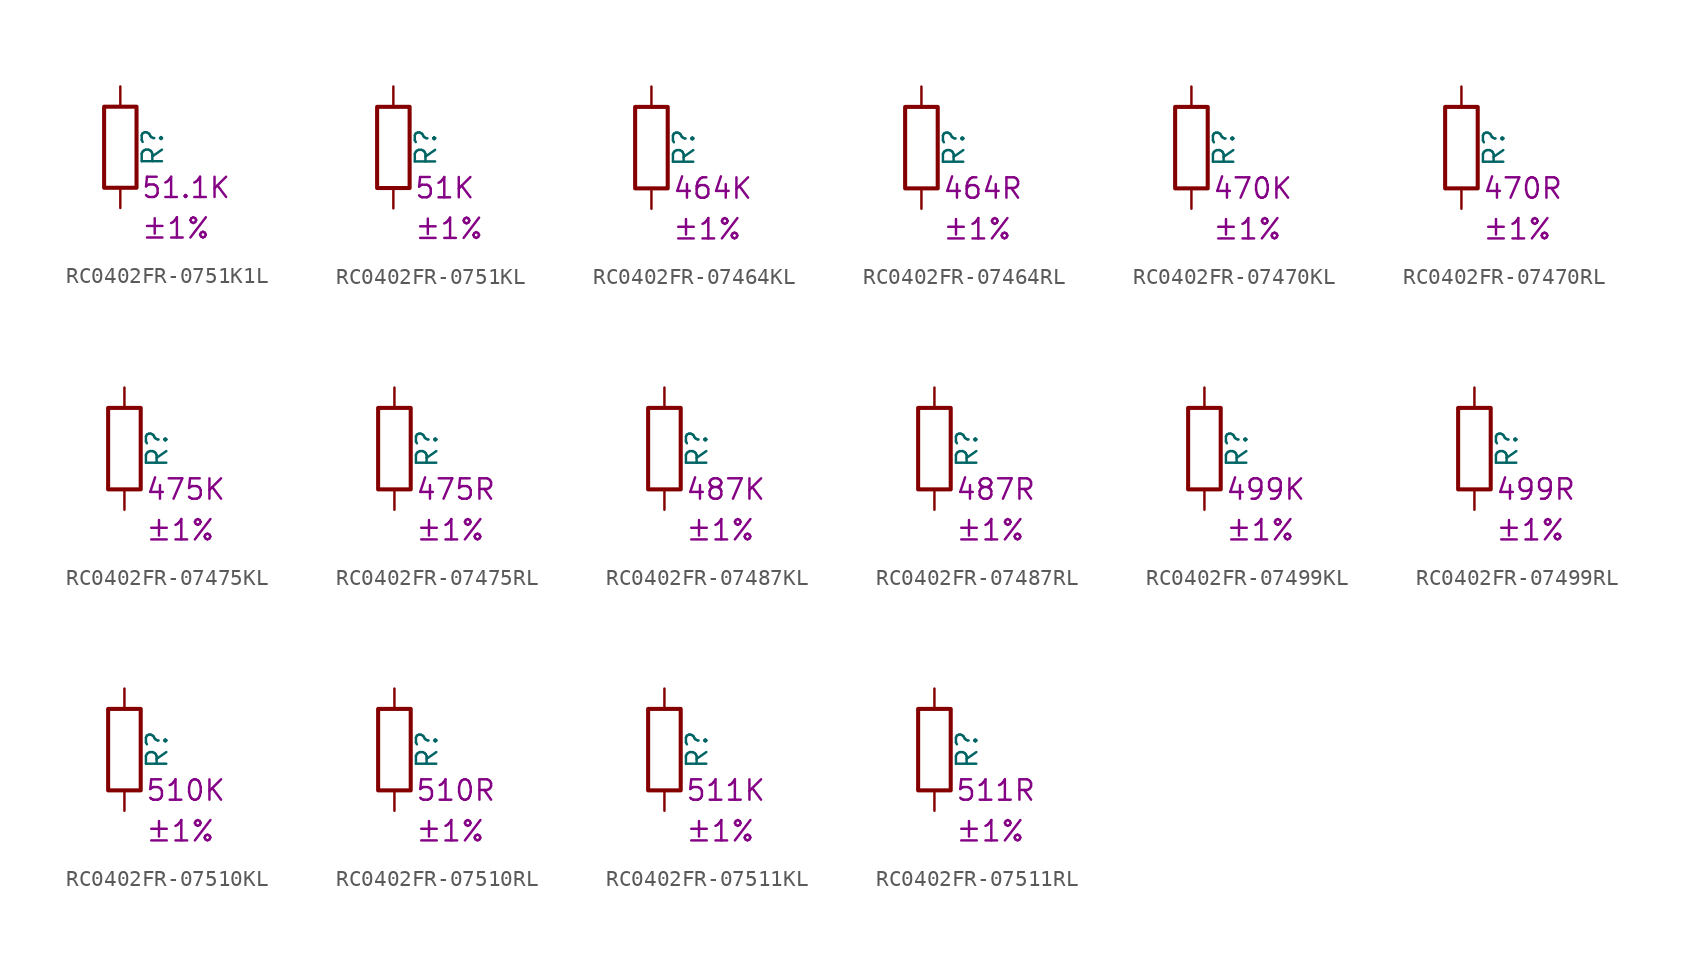
<source format=kicad_sym>
(kicad_symbol_lib
  (version 20220914)
  (generator kicad_symbol_editor)
  (symbol "RC0402FR-0751K1L"
    (pin_numbers hide)
    (pin_names
      (offset 0))
    (property "Reference" "R"
      (at 2.032 0 90)
      (effects (font (size 1.27 1.27))))
    (property "Resistance" "51.1K"
      (at 1.27 -2.54 0)
      (effects (font (size 1.27 1.27)) (justify left)))
    (property "Tolerance" "±1%"
      (at 1.27 -5.08 0)
      (effects (font (size 1.27 1.27)) (justify left)))
    (symbol "RC0402FR-0751K1L_0_1"
      (rectangle (start -1.016 -2.54) (end 1.016 2.54) (stroke (width 0.254) (type default)) (fill (type none))))
    (symbol "RC0402FR-0751K1L_1_1"
      (pin passive line (at 0 3.81 270) (length 1.27) (name "~" (effects (font (size 1.27 1.27)))) (number "1" (effects (font (size 1.27 1.27)))))
      (pin passive line (at 0 -3.81 90) (length 1.27) (name "~" (effects (font (size 1.27 1.27)))) (number "2" (effects (font (size 1.27 1.27)))))))
  (symbol "RC0402FR-0751KL"
    (pin_numbers hide)
    (pin_names
      (offset 0))
    (property "Reference" "R"
      (at 2.032 0 90)
      (effects (font (size 1.27 1.27))))
    (property "Resistance" "51K"
      (at 1.27 -2.54 0)
      (effects (font (size 1.27 1.27)) (justify left)))
    (property "Tolerance" "±1%"
      (at 1.27 -5.08 0)
      (effects (font (size 1.27 1.27)) (justify left)))
    (symbol "RC0402FR-0751KL_0_1"
      (rectangle (start -1.016 -2.54) (end 1.016 2.54) (stroke (width 0.254) (type default)) (fill (type none))))
    (symbol "RC0402FR-0751KL_1_1"
      (pin passive line (at 0 3.81 270) (length 1.27) (name "~" (effects (font (size 1.27 1.27)))) (number "1" (effects (font (size 1.27 1.27)))))
      (pin passive line (at 0 -3.81 90) (length 1.27) (name "~" (effects (font (size 1.27 1.27)))) (number "2" (effects (font (size 1.27 1.27)))))))
  (symbol "RC0402FR-07464KL"
    (pin_numbers hide)
    (pin_names
      (offset 0))
    (property "Reference" "R"
      (at 2.032 0 90)
      (effects (font (size 1.27 1.27))))
    (property "Resistance" "464K"
      (at 1.27 -2.54 0)
      (effects (font (size 1.27 1.27)) (justify left)))
    (property "Tolerance" "±1%"
      (at 1.27 -5.08 0)
      (effects (font (size 1.27 1.27)) (justify left)))
    (symbol "RC0402FR-07464KL_0_1"
      (rectangle (start -1.016 -2.54) (end 1.016 2.54) (stroke (width 0.254) (type default)) (fill (type none))))
    (symbol "RC0402FR-07464KL_1_1"
      (pin passive line (at 0 3.81 270) (length 1.27) (name "~" (effects (font (size 1.27 1.27)))) (number "1" (effects (font (size 1.27 1.27)))))
      (pin passive line (at 0 -3.81 90) (length 1.27) (name "~" (effects (font (size 1.27 1.27)))) (number "2" (effects (font (size 1.27 1.27)))))))
  (symbol "RC0402FR-07464RL"
    (pin_numbers hide)
    (pin_names
      (offset 0))
    (property "Reference" "R"
      (at 2.032 0 90)
      (effects (font (size 1.27 1.27))))
    (property "Resistance" "464R"
      (at 1.27 -2.54 0)
      (effects (font (size 1.27 1.27)) (justify left)))
    (property "Tolerance" "±1%"
      (at 1.27 -5.08 0)
      (effects (font (size 1.27 1.27)) (justify left)))
    (symbol "RC0402FR-07464RL_0_1"
      (rectangle (start -1.016 -2.54) (end 1.016 2.54) (stroke (width 0.254) (type default)) (fill (type none))))
    (symbol "RC0402FR-07464RL_1_1"
      (pin passive line (at 0 3.81 270) (length 1.27) (name "~" (effects (font (size 1.27 1.27)))) (number "1" (effects (font (size 1.27 1.27)))))
      (pin passive line (at 0 -3.81 90) (length 1.27) (name "~" (effects (font (size 1.27 1.27)))) (number "2" (effects (font (size 1.27 1.27)))))))
  (symbol "RC0402FR-07470KL"
    (pin_numbers hide)
    (pin_names
      (offset 0))
    (property "Reference" "R"
      (at 2.032 0 90)
      (effects (font (size 1.27 1.27))))
    (property "Resistance" "470K"
      (at 1.27 -2.54 0)
      (effects (font (size 1.27 1.27)) (justify left)))
    (property "Tolerance" "±1%"
      (at 1.27 -5.08 0)
      (effects (font (size 1.27 1.27)) (justify left)))
    (symbol "RC0402FR-07470KL_0_1"
      (rectangle (start -1.016 -2.54) (end 1.016 2.54) (stroke (width 0.254) (type default)) (fill (type none))))
    (symbol "RC0402FR-07470KL_1_1"
      (pin passive line (at 0 3.81 270) (length 1.27) (name "~" (effects (font (size 1.27 1.27)))) (number "1" (effects (font (size 1.27 1.27)))))
      (pin passive line (at 0 -3.81 90) (length 1.27) (name "~" (effects (font (size 1.27 1.27)))) (number "2" (effects (font (size 1.27 1.27)))))))
  (symbol "RC0402FR-07470RL"
    (pin_numbers hide)
    (pin_names
      (offset 0))
    (property "Reference" "R"
      (at 2.032 0 90)
      (effects (font (size 1.27 1.27))))
    (property "Resistance" "470R"
      (at 1.27 -2.54 0)
      (effects (font (size 1.27 1.27)) (justify left)))
    (property "Tolerance" "±1%"
      (at 1.27 -5.08 0)
      (effects (font (size 1.27 1.27)) (justify left)))
    (symbol "RC0402FR-07470RL_0_1"
      (rectangle (start -1.016 -2.54) (end 1.016 2.54) (stroke (width 0.254) (type default)) (fill (type none))))
    (symbol "RC0402FR-07470RL_1_1"
      (pin passive line (at 0 3.81 270) (length 1.27) (name "~" (effects (font (size 1.27 1.27)))) (number "1" (effects (font (size 1.27 1.27)))))
      (pin passive line (at 0 -3.81 90) (length 1.27) (name "~" (effects (font (size 1.27 1.27)))) (number "2" (effects (font (size 1.27 1.27)))))))
  (symbol "RC0402FR-07475KL"
    (pin_numbers hide)
    (pin_names
      (offset 0))
    (property "Reference" "R"
      (at 2.032 0 90)
      (effects (font (size 1.27 1.27))))
    (property "Resistance" "475K"
      (at 1.27 -2.54 0)
      (effects (font (size 1.27 1.27)) (justify left)))
    (property "Tolerance" "±1%"
      (at 1.27 -5.08 0)
      (effects (font (size 1.27 1.27)) (justify left)))
    (symbol "RC0402FR-07475KL_0_1"
      (rectangle (start -1.016 -2.54) (end 1.016 2.54) (stroke (width 0.254) (type default)) (fill (type none))))
    (symbol "RC0402FR-07475KL_1_1"
      (pin passive line (at 0 3.81 270) (length 1.27) (name "~" (effects (font (size 1.27 1.27)))) (number "1" (effects (font (size 1.27 1.27)))))
      (pin passive line (at 0 -3.81 90) (length 1.27) (name "~" (effects (font (size 1.27 1.27)))) (number "2" (effects (font (size 1.27 1.27)))))))
  (symbol "RC0402FR-07475RL"
    (pin_numbers hide)
    (pin_names
      (offset 0))
    (property "Reference" "R"
      (at 2.032 0 90)
      (effects (font (size 1.27 1.27))))
    (property "Resistance" "475R"
      (at 1.27 -2.54 0)
      (effects (font (size 1.27 1.27)) (justify left)))
    (property "Tolerance" "±1%"
      (at 1.27 -5.08 0)
      (effects (font (size 1.27 1.27)) (justify left)))
    (symbol "RC0402FR-07475RL_0_1"
      (rectangle (start -1.016 -2.54) (end 1.016 2.54) (stroke (width 0.254) (type default)) (fill (type none))))
    (symbol "RC0402FR-07475RL_1_1"
      (pin passive line (at 0 3.81 270) (length 1.27) (name "~" (effects (font (size 1.27 1.27)))) (number "1" (effects (font (size 1.27 1.27)))))
      (pin passive line (at 0 -3.81 90) (length 1.27) (name "~" (effects (font (size 1.27 1.27)))) (number "2" (effects (font (size 1.27 1.27)))))))
  (symbol "RC0402FR-07487KL"
    (pin_numbers hide)
    (pin_names
      (offset 0))
    (property "Reference" "R"
      (at 2.032 0 90)
      (effects (font (size 1.27 1.27))))
    (property "Resistance" "487K"
      (at 1.27 -2.54 0)
      (effects (font (size 1.27 1.27)) (justify left)))
    (property "Tolerance" "±1%"
      (at 1.27 -5.08 0)
      (effects (font (size 1.27 1.27)) (justify left)))
    (symbol "RC0402FR-07487KL_0_1"
      (rectangle (start -1.016 -2.54) (end 1.016 2.54) (stroke (width 0.254) (type default)) (fill (type none))))
    (symbol "RC0402FR-07487KL_1_1"
      (pin passive line (at 0 3.81 270) (length 1.27) (name "~" (effects (font (size 1.27 1.27)))) (number "1" (effects (font (size 1.27 1.27)))))
      (pin passive line (at 0 -3.81 90) (length 1.27) (name "~" (effects (font (size 1.27 1.27)))) (number "2" (effects (font (size 1.27 1.27)))))))
  (symbol "RC0402FR-07487RL"
    (pin_numbers hide)
    (pin_names
      (offset 0))
    (property "Reference" "R"
      (at 2.032 0 90)
      (effects (font (size 1.27 1.27))))
    (property "Resistance" "487R"
      (at 1.27 -2.54 0)
      (effects (font (size 1.27 1.27)) (justify left)))
    (property "Tolerance" "±1%"
      (at 1.27 -5.08 0)
      (effects (font (size 1.27 1.27)) (justify left)))
    (symbol "RC0402FR-07487RL_0_1"
      (rectangle (start -1.016 -2.54) (end 1.016 2.54) (stroke (width 0.254) (type default)) (fill (type none))))
    (symbol "RC0402FR-07487RL_1_1"
      (pin passive line (at 0 3.81 270) (length 1.27) (name "~" (effects (font (size 1.27 1.27)))) (number "1" (effects (font (size 1.27 1.27)))))
      (pin passive line (at 0 -3.81 90) (length 1.27) (name "~" (effects (font (size 1.27 1.27)))) (number "2" (effects (font (size 1.27 1.27)))))))
  (symbol "RC0402FR-07499KL"
    (pin_numbers hide)
    (pin_names
      (offset 0))
    (property "Reference" "R"
      (at 2.032 0 90)
      (effects (font (size 1.27 1.27))))
    (property "Resistance" "499K"
      (at 1.27 -2.54 0)
      (effects (font (size 1.27 1.27)) (justify left)))
    (property "Tolerance" "±1%"
      (at 1.27 -5.08 0)
      (effects (font (size 1.27 1.27)) (justify left)))
    (symbol "RC0402FR-07499KL_0_1"
      (rectangle (start -1.016 -2.54) (end 1.016 2.54) (stroke (width 0.254) (type default)) (fill (type none))))
    (symbol "RC0402FR-07499KL_1_1"
      (pin passive line (at 0 3.81 270) (length 1.27) (name "~" (effects (font (size 1.27 1.27)))) (number "1" (effects (font (size 1.27 1.27)))))
      (pin passive line (at 0 -3.81 90) (length 1.27) (name "~" (effects (font (size 1.27 1.27)))) (number "2" (effects (font (size 1.27 1.27)))))))
  (symbol "RC0402FR-07499RL"
    (pin_numbers hide)
    (pin_names
      (offset 0))
    (property "Reference" "R"
      (at 2.032 0 90)
      (effects (font (size 1.27 1.27))))
    (property "Resistance" "499R"
      (at 1.27 -2.54 0)
      (effects (font (size 1.27 1.27)) (justify left)))
    (property "Tolerance" "±1%"
      (at 1.27 -5.08 0)
      (effects (font (size 1.27 1.27)) (justify left)))
    (symbol "RC0402FR-07499RL_0_1"
      (rectangle (start -1.016 -2.54) (end 1.016 2.54) (stroke (width 0.254) (type default)) (fill (type none))))
    (symbol "RC0402FR-07499RL_1_1"
      (pin passive line (at 0 3.81 270) (length 1.27) (name "~" (effects (font (size 1.27 1.27)))) (number "1" (effects (font (size 1.27 1.27)))))
      (pin passive line (at 0 -3.81 90) (length 1.27) (name "~" (effects (font (size 1.27 1.27)))) (number "2" (effects (font (size 1.27 1.27)))))))
  (symbol "RC0402FR-07510KL"
    (pin_numbers hide)
    (pin_names
      (offset 0))
    (property "Reference" "R"
      (at 2.032 0 90)
      (effects (font (size 1.27 1.27))))
    (property "Resistance" "510K"
      (at 1.27 -2.54 0)
      (effects (font (size 1.27 1.27)) (justify left)))
    (property "Tolerance" "±1%"
      (at 1.27 -5.08 0)
      (effects (font (size 1.27 1.27)) (justify left)))
    (symbol "RC0402FR-07510KL_0_1"
      (rectangle (start -1.016 -2.54) (end 1.016 2.54) (stroke (width 0.254) (type default)) (fill (type none))))
    (symbol "RC0402FR-07510KL_1_1"
      (pin passive line (at 0 3.81 270) (length 1.27) (name "~" (effects (font (size 1.27 1.27)))) (number "1" (effects (font (size 1.27 1.27)))))
      (pin passive line (at 0 -3.81 90) (length 1.27) (name "~" (effects (font (size 1.27 1.27)))) (number "2" (effects (font (size 1.27 1.27)))))))
  (symbol "RC0402FR-07510RL"
    (pin_numbers hide)
    (pin_names
      (offset 0))
    (property "Reference" "R"
      (at 2.032 0 90)
      (effects (font (size 1.27 1.27))))
    (property "Resistance" "510R"
      (at 1.27 -2.54 0)
      (effects (font (size 1.27 1.27)) (justify left)))
    (property "Tolerance" "±1%"
      (at 1.27 -5.08 0)
      (effects (font (size 1.27 1.27)) (justify left)))
    (symbol "RC0402FR-07510RL_0_1"
      (rectangle (start -1.016 -2.54) (end 1.016 2.54) (stroke (width 0.254) (type default)) (fill (type none))))
    (symbol "RC0402FR-07510RL_1_1"
      (pin passive line (at 0 3.81 270) (length 1.27) (name "~" (effects (font (size 1.27 1.27)))) (number "1" (effects (font (size 1.27 1.27)))))
      (pin passive line (at 0 -3.81 90) (length 1.27) (name "~" (effects (font (size 1.27 1.27)))) (number "2" (effects (font (size 1.27 1.27)))))))
  (symbol "RC0402FR-07511KL"
    (pin_numbers hide)
    (pin_names
      (offset 0))
    (property "Reference" "R"
      (at 2.032 0 90)
      (effects (font (size 1.27 1.27))))
    (property "Resistance" "511K"
      (at 1.27 -2.54 0)
      (effects (font (size 1.27 1.27)) (justify left)))
    (property "Tolerance" "±1%"
      (at 1.27 -5.08 0)
      (effects (font (size 1.27 1.27)) (justify left)))
    (symbol "RC0402FR-07511KL_0_1"
      (rectangle (start -1.016 -2.54) (end 1.016 2.54) (stroke (width 0.254) (type default)) (fill (type none))))
    (symbol "RC0402FR-07511KL_1_1"
      (pin passive line (at 0 3.81 270) (length 1.27) (name "~" (effects (font (size 1.27 1.27)))) (number "1" (effects (font (size 1.27 1.27)))))
      (pin passive line (at 0 -3.81 90) (length 1.27) (name "~" (effects (font (size 1.27 1.27)))) (number "2" (effects (font (size 1.27 1.27)))))))
  (symbol "RC0402FR-07511RL"
    (pin_numbers hide)
    (pin_names
      (offset 0))
    (property "Reference" "R"
      (at 2.032 0 90)
      (effects (font (size 1.27 1.27))))
    (property "Resistance" "511R"
      (at 1.27 -2.54 0)
      (effects (font (size 1.27 1.27)) (justify left)))
    (property "Tolerance" "±1%"
      (at 1.27 -5.08 0)
      (effects (font (size 1.27 1.27)) (justify left)))
    (symbol "RC0402FR-07511RL_0_1"
      (rectangle (start -1.016 -2.54) (end 1.016 2.54) (stroke (width 0.254) (type default)) (fill (type none))))
    (symbol "RC0402FR-07511RL_1_1"
      (pin passive line (at 0 3.81 270) (length 1.27) (name "~" (effects (font (size 1.27 1.27)))) (number "1" (effects (font (size 1.27 1.27)))))
      (pin passive line (at 0 -3.81 90) (length 1.27) (name "~" (effects (font (size 1.27 1.27)))) (number "2" (effects (font (size 1.27 1.27))))))))
</source>
